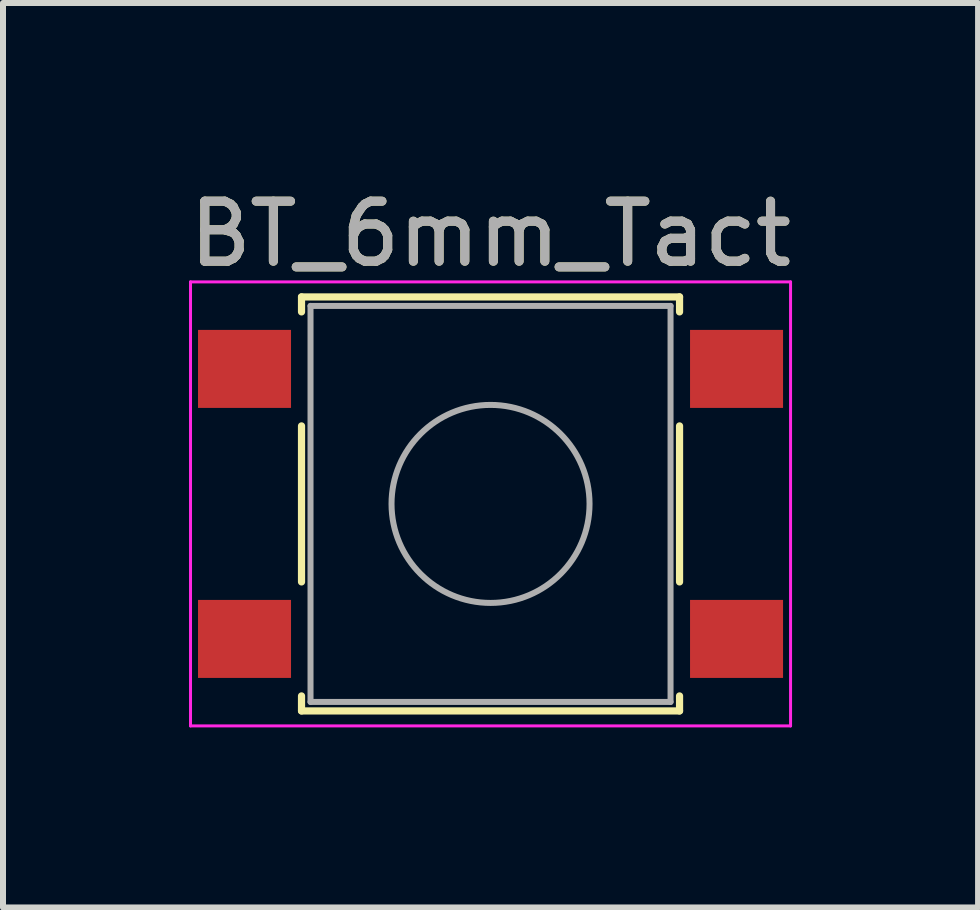
<source format=kicad_pcb>
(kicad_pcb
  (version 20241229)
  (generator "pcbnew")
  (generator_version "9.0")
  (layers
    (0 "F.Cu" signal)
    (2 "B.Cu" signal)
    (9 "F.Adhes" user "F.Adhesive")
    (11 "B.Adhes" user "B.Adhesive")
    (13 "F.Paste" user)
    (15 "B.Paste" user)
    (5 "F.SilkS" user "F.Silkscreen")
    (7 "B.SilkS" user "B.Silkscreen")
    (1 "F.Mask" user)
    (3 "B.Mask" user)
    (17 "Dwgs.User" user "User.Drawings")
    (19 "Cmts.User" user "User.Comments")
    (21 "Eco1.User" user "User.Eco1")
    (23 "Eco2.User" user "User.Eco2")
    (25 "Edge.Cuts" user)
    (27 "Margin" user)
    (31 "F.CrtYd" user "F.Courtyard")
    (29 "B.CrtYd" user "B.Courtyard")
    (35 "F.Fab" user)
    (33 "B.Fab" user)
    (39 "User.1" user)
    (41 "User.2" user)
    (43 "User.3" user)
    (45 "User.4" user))
  (footprint "BT_6mm_Tact"
    (layer "F.Cu")
    (at 5.125 5.348)
    (property "Reference" "BT_6mm_Tact" (at 0 -4.5 0) (layer "F.SilkS") (effects (font (size 1 1) (thickness 0.15))))
    (attr smd)
    (fp_line (start -3.15 -3.45) (end 3.15 -3.45) (stroke (width 0.12) (type solid)) (layer "F.SilkS"))
    (fp_line (start -3.15 -3.2) (end -3.15 -3.45) (stroke (width 0.12) (type solid)) (layer "F.SilkS"))
    (fp_line (start -3.15 1.3) (end -3.15 -1.3) (stroke (width 0.12) (type solid)) (layer "F.SilkS"))
    (fp_line (start -3.15 3.45) (end -3.15 3.2) (stroke (width 0.12) (type solid)) (layer "F.SilkS"))
    (fp_line (start 3.15 -3.45) (end 3.15 -3.2) (stroke (width 0.12) (type solid)) (layer "F.SilkS"))
    (fp_line (start 3.15 -1.3) (end 3.15 1.3) (stroke (width 0.12) (type solid)) (layer "F.SilkS"))
    (fp_line (start 3.15 3.2) (end 3.15 3.45) (stroke (width 0.12) (type solid)) (layer "F.SilkS"))
    (fp_line (start 3.15 3.45) (end -3.15 3.45) (stroke (width 0.12) (type solid)) (layer "F.SilkS"))
    (fp_line (start -5 -3.7) (end -5 3.7) (stroke (width 0.05) (type solid)) (layer "F.CrtYd"))
    (fp_line (start -5 3.7) (end 5 3.7) (stroke (width 0.05) (type solid)) (layer "F.CrtYd"))
    (fp_line (start 5 -3.7) (end -5 -3.7) (stroke (width 0.05) (type solid)) (layer "F.CrtYd"))
    (fp_line (start 5 3.7) (end 5 -3.7) (stroke (width 0.05) (type solid)) (layer "F.CrtYd"))
    (fp_line (start -3 -3.3) (end 3 -3.3) (stroke (width 0.1) (type solid)) (layer "F.Fab"))
    (fp_line (start -3 3.3) (end -3 -3.3) (stroke (width 0.1) (type solid)) (layer "F.Fab"))
    (fp_line (start 3 -3.3) (end 3 3.3) (stroke (width 0.1) (type solid)) (layer "F.Fab"))
    (fp_line (start 3 3.3) (end -3 3.3) (stroke (width 0.1) (type solid)) (layer "F.Fab"))
    (fp_circle (center 0 0) (end 1.65 0) (stroke (width 0.1) (type solid)) (fill no) (layer "F.Fab"))
    (fp_text user "${REFERENCE}" (at 0 -4.5 0) (layer "F.Fab") (effects (font (size 1 1) (thickness 0.15))))
    (pad "1" smd rect (at -4.1 -2.25) (size 1.55 1.3) (layers "F.Cu" "F.Mask" "F.Paste"))
    (pad "1" smd rect (at 4.1 -2.25) (size 1.55 1.3) (layers "F.Cu" "F.Mask" "F.Paste"))
    (pad "2" smd rect (at -4.1 2.25) (size 1.55 1.3) (layers "F.Cu" "F.Mask" "F.Paste"))
    (pad "2" smd rect (at 4.1 2.25) (size 1.55 1.3) (layers "F.Cu" "F.Mask" "F.Paste")))
  (gr_rect
    (start -3 -3)
    (end 13.25 12.073)
    (stroke (width 0.1) (type default))
    (fill no)
    (layer "Edge.Cuts")))
</source>
